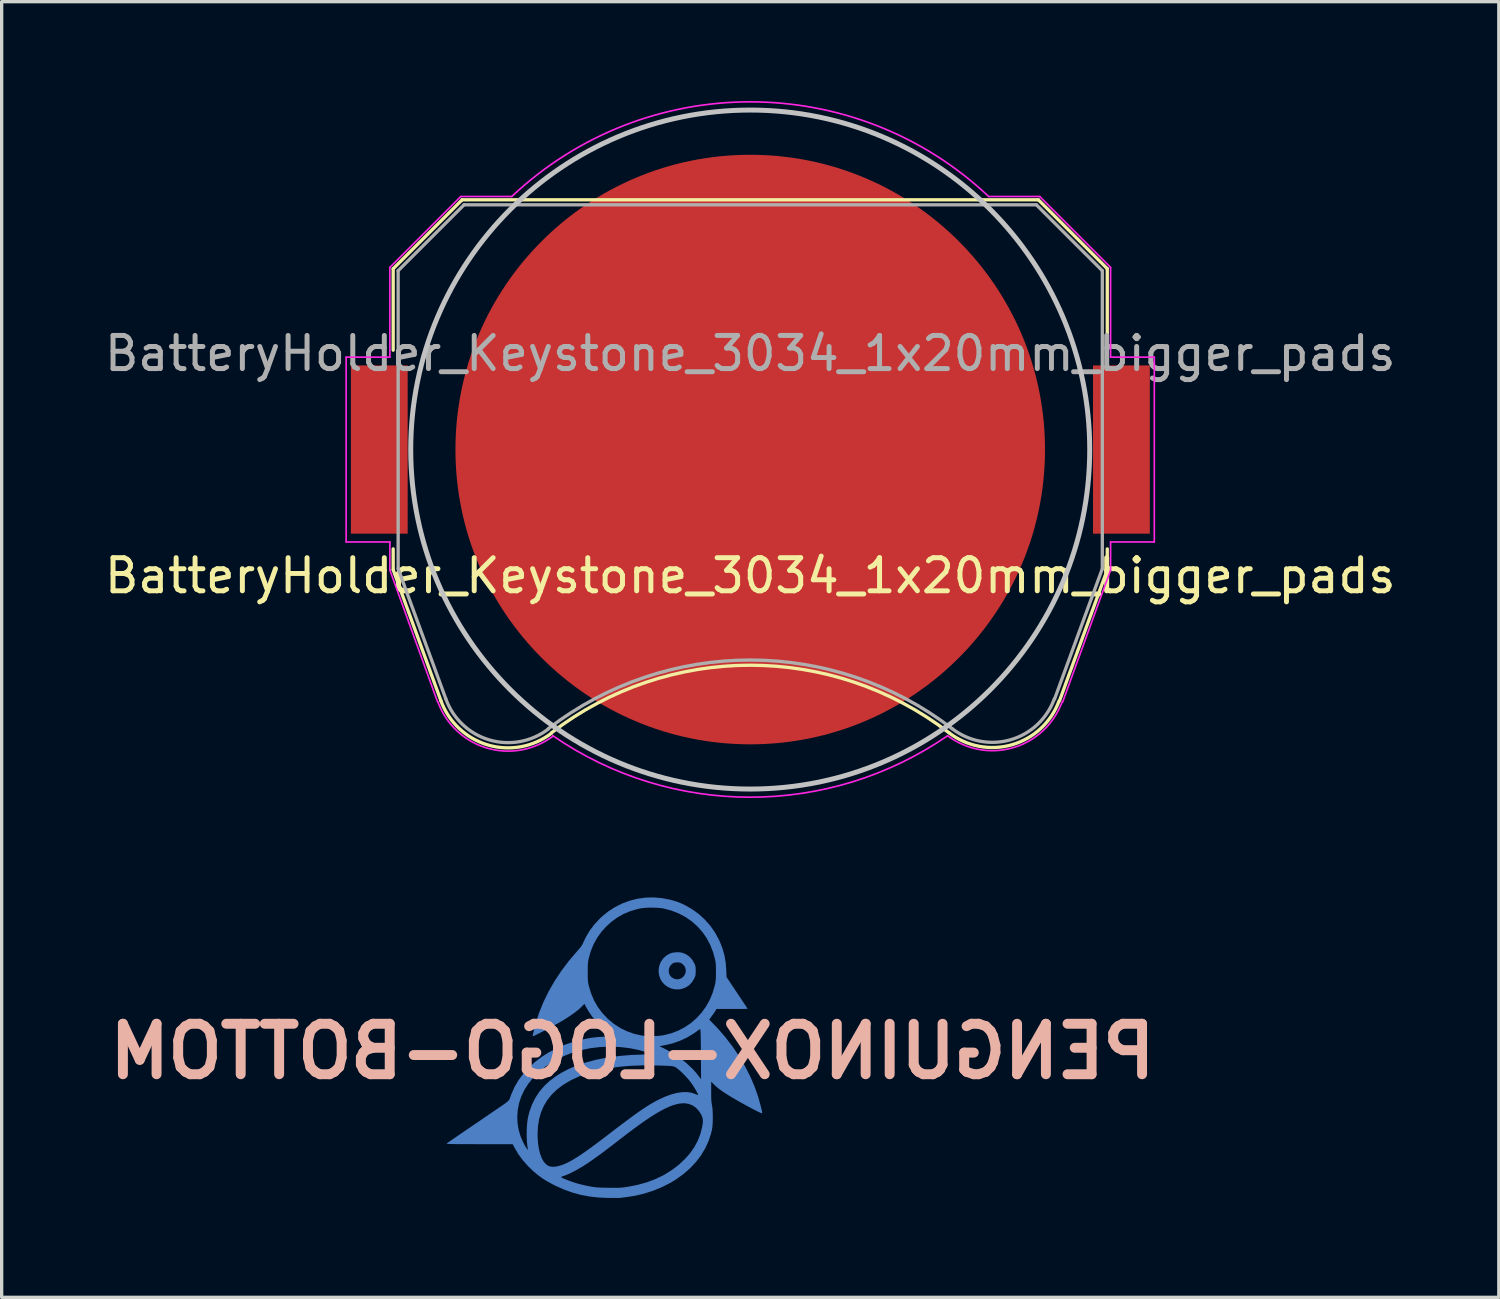
<source format=kicad_pcb>
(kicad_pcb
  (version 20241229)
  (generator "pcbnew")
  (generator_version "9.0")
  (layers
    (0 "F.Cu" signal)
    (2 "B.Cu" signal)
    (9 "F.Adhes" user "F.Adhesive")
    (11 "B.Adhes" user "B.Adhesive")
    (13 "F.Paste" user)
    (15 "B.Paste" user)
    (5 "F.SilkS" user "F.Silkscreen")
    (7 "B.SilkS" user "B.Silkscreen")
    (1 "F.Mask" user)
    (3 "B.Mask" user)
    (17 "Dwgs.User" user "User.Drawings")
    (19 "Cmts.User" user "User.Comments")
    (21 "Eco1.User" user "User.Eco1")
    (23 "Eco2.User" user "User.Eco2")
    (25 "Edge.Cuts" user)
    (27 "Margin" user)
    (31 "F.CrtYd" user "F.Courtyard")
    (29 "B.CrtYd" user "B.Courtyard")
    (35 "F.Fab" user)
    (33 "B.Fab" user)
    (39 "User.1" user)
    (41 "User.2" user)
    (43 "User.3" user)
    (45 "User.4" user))
  (footprint "BatteryHolder_Keystone_3034_1x20mm_bigger_pads"
    (layer "F.Cu")
    (at 19.601 10.523)
    (property "Reference" "BatteryHolder_Keystone_3034_1x20mm_bigger_pads" (at 0 3.81 0) (layer "F.SilkS") (effects (font (size 1 1) (thickness 0.15))))
    (attr smd)
    (fp_line (start -10.78 -5.46) (end -10.78 -3) (stroke (width 0.1) (type solid)) (layer "F.SilkS"))
    (fp_line (start -10.78 3) (end -10.78 3.63) (stroke (width 0.1) (type solid)) (layer "F.SilkS"))
    (fp_line (start -10.78 3.63) (end -9.34 7.58) (stroke (width 0.1) (type solid)) (layer "F.SilkS"))
    (fp_line (start -8.7 -7.54) (end -10.78 -5.46) (stroke (width 0.1) (type solid)) (layer "F.SilkS"))
    (fp_line (start 8.7 -7.54) (end -8.7 -7.54) (stroke (width 0.1) (type solid)) (layer "F.SilkS"))
    (fp_line (start 8.7 -7.54) (end 10.78 -5.46) (stroke (width 0.1) (type solid)) (layer "F.SilkS"))
    (fp_line (start 10.78 -5.46) (end 10.78 -3) (stroke (width 0.1) (type solid)) (layer "F.SilkS"))
    (fp_line (start 10.78 3) (end 10.78 3.63) (stroke (width 0.1) (type solid)) (layer "F.SilkS"))
    (fp_line (start 10.78 3.63) (end 9.34 7.58) (stroke (width 0.1) (type solid)) (layer "F.SilkS"))
    (fp_arc (start -6.0046 8.553536) (mid -0.002901 6.511341) (end 6 8.55) (stroke (width 0.1) (type solid)) (layer "F.SilkS"))
    (fp_arc (start -6.003354 8.56653) (mid -7.921654 8.918738) (end -9.34 7.58) (stroke (width 0.1) (type solid)) (layer "F.SilkS"))
    (fp_arc (start 9.325243 7.588169) (mid 7.90634 8.911668) (end 6 8.55) (stroke (width 0.1) (type solid)) (layer "F.SilkS"))
    (fp_circle (center 0 0) (end 0 10.25) (stroke (width 0.15) (type solid)) (fill no) (layer "Dwgs.User"))
    (fp_line (start -12.2 -2.79) (end -12.2 2.79) (stroke (width 0.05) (type solid)) (layer "F.CrtYd"))
    (fp_line (start -12.2 2.79) (end -10.88 2.79) (stroke (width 0.05) (type solid)) (layer "F.CrtYd"))
    (fp_line (start -10.88 -5.5) (end -10.88 -2.79) (stroke (width 0.05) (type solid)) (layer "F.CrtYd"))
    (fp_line (start -10.88 -2.79) (end -12.2 -2.79) (stroke (width 0.05) (type solid)) (layer "F.CrtYd"))
    (fp_line (start -10.88 2.79) (end -10.88 3.64) (stroke (width 0.05) (type solid)) (layer "F.CrtYd"))
    (fp_line (start -10.88 3.64) (end -9.44 7.62) (stroke (width 0.05) (type solid)) (layer "F.CrtYd"))
    (fp_line (start -8.74 -7.64) (end -10.88 -5.5) (stroke (width 0.05) (type solid)) (layer "F.CrtYd"))
    (fp_line (start -7.2 -7.64) (end -8.74 -7.64) (stroke (width 0.05) (type solid)) (layer "F.CrtYd"))
    (fp_line (start 8.74 -7.64) (end 7.2 -7.64) (stroke (width 0.05) (type solid)) (layer "F.CrtYd"))
    (fp_line (start 9.43 7.63) (end 10.88 3.64) (stroke (width 0.05) (type solid)) (layer "F.CrtYd"))
    (fp_line (start 10.88 -5.5) (end 8.74 -7.64) (stroke (width 0.05) (type solid)) (layer "F.CrtYd"))
    (fp_line (start 10.88 -2.79) (end 10.88 -5.5) (stroke (width 0.05) (type solid)) (layer "F.CrtYd"))
    (fp_line (start 10.88 2.79) (end 12.2 2.79) (stroke (width 0.05) (type solid)) (layer "F.CrtYd"))
    (fp_line (start 10.88 3.64) (end 10.88 2.79) (stroke (width 0.05) (type solid)) (layer "F.CrtYd"))
    (fp_line (start 12.2 -2.79) (end 10.88 -2.79) (stroke (width 0.05) (type solid)) (layer "F.CrtYd"))
    (fp_line (start 12.2 2.79) (end 12.2 -2.79) (stroke (width 0.05) (type solid)) (layer "F.CrtYd"))
    (fp_arc (start -7.199546 -7.640427) (mid 0.000312 -10.498075) (end 7.2 -7.64) (stroke (width 0.05) (type solid)) (layer "F.CrtYd"))
    (fp_arc (start -5.956965 8.654604) (mid -7.953941 9.011629) (end -9.43 7.62) (stroke (width 0.05) (type solid)) (layer "F.CrtYd"))
    (fp_arc (start 5.945368 8.650075) (mid -0.008883 10.496243) (end -5.96 8.64) (stroke (width 0.05) (type solid)) (layer "F.CrtYd"))
    (fp_arc (start 9.415144 7.621341) (mid 7.944017 9.000493) (end 5.96 8.64) (stroke (width 0.05) (type solid)) (layer "F.CrtYd"))
    (fp_line (start -10.63 -5.4) (end -8.64 -7.39) (stroke (width 0.1) (type solid)) (layer "F.Fab"))
    (fp_line (start -10.63 3.6) (end -10.63 -5.4) (stroke (width 0.1) (type solid)) (layer "F.Fab"))
    (fp_line (start -9.19 7.53) (end -10.63 3.6) (stroke (width 0.1) (type solid)) (layer "F.Fab"))
    (fp_line (start -8.64 -7.39) (end 8.64 -7.39) (stroke (width 0.1) (type solid)) (layer "F.Fab"))
    (fp_line (start 8.64 -7.39) (end 10.63 -5.4) (stroke (width 0.1) (type solid)) (layer "F.Fab"))
    (fp_line (start 10.63 -5.4) (end 10.63 3.6) (stroke (width 0.1) (type solid)) (layer "F.Fab"))
    (fp_line (start 10.63 3.6) (end 9.19 7.53) (stroke (width 0.1) (type solid)) (layer "F.Fab"))
    (fp_arc (start -6.096146 8.438508) (mid -7.87328 8.768206) (end -9.19 7.53) (stroke (width 0.1) (type solid)) (layer "F.Fab"))
    (fp_arc (start -6.094852 8.426043) (mid 0.003247 6.355257) (end 6.1 8.43) (stroke (width 0.1) (type solid)) (layer "F.Fab"))
    (fp_arc (start 9.180727 7.528882) (mid 7.868698 8.760067) (end 6.1 8.43) (stroke (width 0.1) (type solid)) (layer "F.Fab"))
    (fp_text user "${REFERENCE}" (at 0 -2.9 0) (layer "F.Fab") (effects (font (size 1 1) (thickness 0.15))))
    (pad "1" smd rect (at -11.2 0) (size 1.715 5.08) (layers "F.Cu" "F.Mask" "F.Paste"))
    (pad "1" smd rect (at 11.207 0) (size 1.715 5.08) (layers "F.Cu" "F.Mask" "F.Paste"))
    (pad "2" smd circle (at 0 0) (size 17.8 17.8) (layers "F.Cu" "F.Mask" "F.Paste")))
  (footprint "PENGUINOX-LOGO-BOTTOM"
    (layer "F.Cu")
    (at 15.203 28.694)
    (property "Reference" "PENGUINOX-LOGO-BOTTOM" (at 0.843 0 0) (layer "B.SilkS") (effects (font (size 1.524 1.524) (thickness 0.3)) (justify mirror)))
    (attr board_only exclude_from_pos_files exclude_from_bom)
    (fp_poly (pts (xy 2.077 -2.984) (xy 1.989 -2.961) (xy 1.965 -2.951) (xy 1.86 -2.889) (xy 1.775 -2.811) (xy 1.709 -2.72) (xy 1.664 -2.62) (xy 1.638 -2.514) (xy 1.632 -2.405) (xy 1.648 -2.297) (xy 1.683 -2.193) (xy 1.74 -2.097) (xy 1.818 -2.012) (xy 1.901 -1.952) (xy 2.015 -1.899) (xy 2.135 -1.873) (xy 2.258 -1.874) (xy 2.341 -1.889) (xy 2.456 -1.934) (xy 2.556 -2) (xy 2.639 -2.09) (xy 2.707 -2.201) (xy 2.728 -2.246) (xy 2.741 -2.283) (xy 2.748 -2.322) (xy 2.751 -2.372) (xy 2.752 -2.431) (xy 2.751 -2.459) (xy 2.452 -2.459) (xy 2.448 -2.384) (xy 2.423 -2.315) (xy 2.38 -2.256) (xy 2.323 -2.211) (xy 2.256 -2.183) (xy 2.182 -2.175) (xy 2.104 -2.191) (xy 2.094 -2.195) (xy 2.022 -2.239) (xy 1.97 -2.3) (xy 1.942 -2.376) (xy 1.937 -2.43) (xy 1.949 -2.516) (xy 1.986 -2.59) (xy 2.045 -2.649) (xy 2.079 -2.669) (xy 2.123 -2.683) (xy 2.183 -2.688) (xy 2.244 -2.686) (xy 2.295 -2.674) (xy 2.35 -2.642) (xy 2.4 -2.591) (xy 2.432 -2.538) (xy 2.452 -2.459) (xy 2.751 -2.459) (xy 2.751 -2.498) (xy 2.747 -2.547) (xy 2.739 -2.586) (xy 2.725 -2.625) (xy 2.708 -2.663) (xy 2.641 -2.775) (xy 2.557 -2.865) (xy 2.455 -2.934) (xy 2.357 -2.975) (xy 2.272 -2.992) (xy 2.176 -2.994)) (stroke (width 0) (type solid)) (fill yes) (layer "B.Cu"))
    (fp_poly (pts (xy 1.228 -4.642) (xy 0.989 -4.608) (xy 0.755 -4.549) (xy 0.529 -4.464) (xy 0.312 -4.355) (xy 0.108 -4.223) (xy -0.084 -4.066) (xy -0.167 -3.986) (xy -0.32 -3.818) (xy -0.449 -3.646) (xy -0.559 -3.461) (xy -0.633 -3.307) (xy -0.659 -3.251) (xy -0.685 -3.203) (xy -0.716 -3.157) (xy -0.757 -3.106) (xy -0.81 -3.045) (xy -0.834 -3.018) (xy -1.084 -2.724) (xy -1.312 -2.42) (xy -1.517 -2.11) (xy -1.698 -1.793) (xy -1.853 -1.472) (xy -1.983 -1.149) (xy -2.086 -0.825) (xy -2.117 -0.702) (xy -2.138 -0.616) (xy -2.153 -0.553) (xy -2.163 -0.51) (xy -2.168 -0.482) (xy -2.169 -0.468) (xy -2.167 -0.461) (xy -2.162 -0.46) (xy -2.16 -0.46) (xy -2.14 -0.466) (xy -2.098 -0.485) (xy -2.04 -0.513) (xy -1.967 -0.55) (xy -1.882 -0.593) (xy -1.79 -0.641) (xy -1.694 -0.692) (xy -1.597 -0.745) (xy -1.502 -0.796) (xy -1.412 -0.846) (xy -1.332 -0.892) (xy -1.263 -0.931) (xy -1.221 -0.957) (xy -1.052 -1.066) (xy -0.909 -1.166) (xy -0.793 -1.257) (xy -0.702 -1.339) (xy -0.685 -1.357) (xy -0.649 -1.394) (xy -0.622 -1.421) (xy -0.607 -1.432) (xy -0.606 -1.432) (xy -0.599 -1.419) (xy -0.582 -1.387) (xy -0.564 -1.352) (xy -0.476 -1.197) (xy -0.365 -1.041) (xy -0.236 -0.889) (xy -0.095 -0.746) (xy 0.054 -0.619) (xy 0.206 -0.511) (xy 0.223 -0.5) (xy 0.3 -0.453) (xy 0.035 -0.444) (xy -0.099 -0.439) (xy -0.214 -0.431) (xy -0.317 -0.421) (xy -0.417 -0.408) (xy -0.523 -0.389) (xy -0.633 -0.367) (xy -0.915 -0.297) (xy -1.184 -0.207) (xy -1.439 -0.099) (xy -1.679 0.027) (xy -1.902 0.168) (xy -2.107 0.325) (xy -2.293 0.496) (xy -2.459 0.68) (xy -2.602 0.875) (xy -2.722 1.082) (xy -2.817 1.298) (xy -2.836 1.352) (xy -2.847 1.384) (xy -2.856 1.411) (xy -2.865 1.435) (xy -2.876 1.456) (xy -2.892 1.478) (xy -2.915 1.501) (xy -2.946 1.528) (xy -2.987 1.56) (xy -3.042 1.599) (xy -3.111 1.647) (xy -3.198 1.706) (xy -3.303 1.778) (xy -3.407 1.849) (xy -3.613 1.99) (xy -3.798 2.116) (xy -3.963 2.228) (xy -4.108 2.327) (xy -4.234 2.413) (xy -4.344 2.488) (xy -4.437 2.552) (xy -4.516 2.606) (xy -4.582 2.651) (xy -4.635 2.688) (xy -4.678 2.718) (xy -4.71 2.74) (xy -4.734 2.757) (xy -4.75 2.769) (xy -4.76 2.777) (xy -4.765 2.781) (xy -4.766 2.784) (xy -4.759 2.788) (xy -4.744 2.791) (xy -4.718 2.793) (xy -4.679 2.795) (xy -4.626 2.797) (xy -4.556 2.798) (xy -4.469 2.799) (xy -4.362 2.8) (xy -4.233 2.8) (xy -4.081 2.8) (xy -3.904 2.801) (xy -3.78 2.801) (xy -2.775 2.801) (xy -2.71 2.922) (xy -2.603 3.102) (xy -2.472 3.28) (xy -2.321 3.452) (xy -2.315 3.458) (xy -2.175 3.596) (xy -2.035 3.716) (xy -1.889 3.824) (xy -1.73 3.925) (xy -1.552 4.021) (xy -1.484 4.055) (xy -1.232 4.168) (xy -0.981 4.259) (xy -0.728 4.329) (xy -0.467 4.379) (xy -0.194 4.41) (xy 0.097 4.424) (xy 0.104 4.424) (xy 0.199 4.425) (xy 0.286 4.425) (xy 0.361 4.425) (xy 0.42 4.425) (xy 0.457 4.423) (xy 0.467 4.423) (xy 0.499 4.418) (xy 0.55 4.412) (xy 0.612 4.405) (xy 0.641 4.402) (xy 0.923 4.358) (xy 1.205 4.291) (xy 1.481 4.201) (xy 1.746 4.091) (xy 1.997 3.963) (xy 2.16 3.863) (xy 2.383 3.702) (xy 2.582 3.528) (xy 2.758 3.341) (xy 2.91 3.141) (xy 3.038 2.929) (xy 3.14 2.706) (xy 3.217 2.473) (xy 3.242 2.367) (xy 3.254 2.293) (xy 3.262 2.2) (xy 3.267 2.096) (xy 2.968 2.096) (xy 2.964 2.173) (xy 2.949 2.269) (xy 2.946 2.285) (xy 2.892 2.498) (xy 2.812 2.701) (xy 2.707 2.895) (xy 2.575 3.082) (xy 2.432 3.244) (xy 2.237 3.427) (xy 2.023 3.589) (xy 1.791 3.732) (xy 1.541 3.853) (xy 1.275 3.953) (xy 0.993 4.031) (xy 0.737 4.082) (xy 0.662 4.093) (xy 0.6 4.103) (xy 0.546 4.11) (xy 0.495 4.114) (xy 0.442 4.117) (xy 0.382 4.119) (xy 0.309 4.119) (xy 0.218 4.119) (xy 0.111 4.117) (xy -0.004 4.116) (xy -0.098 4.113) (xy -0.176 4.11) (xy -0.243 4.105) (xy -0.307 4.098) (xy -0.372 4.088) (xy -0.432 4.078) (xy -0.524 4.06) (xy -0.626 4.038) (xy -0.725 4.014) (xy -0.808 3.992) (xy -0.808 3.992) (xy -0.885 3.969) (xy -0.967 3.942) (xy -1.048 3.913) (xy -1.126 3.884) (xy -1.195 3.856) (xy -1.252 3.832) (xy -1.291 3.812) (xy -1.31 3.799) (xy -1.311 3.797) (xy -1.299 3.786) (xy -1.267 3.771) (xy -1.23 3.759) (xy -1.161 3.734) (xy -1.073 3.696) (xy -0.973 3.646) (xy -0.863 3.589) (xy -0.75 3.525) (xy -0.639 3.459) (xy -0.533 3.391) (xy -0.526 3.387) (xy -0.408 3.306) (xy -0.271 3.209) (xy -0.119 3.099) (xy 0.043 2.978) (xy 0.214 2.848) (xy 0.39 2.712) (xy 0.411 2.696) (xy 0.646 2.514) (xy 0.863 2.351) (xy 1.062 2.205) (xy 1.245 2.077) (xy 1.413 1.965) (xy 1.568 1.868) (xy 1.711 1.786) (xy 1.843 1.719) (xy 1.965 1.664) (xy 2.078 1.622) (xy 2.185 1.592) (xy 2.286 1.572) (xy 2.289 1.572) (xy 2.421 1.565) (xy 2.544 1.585) (xy 2.657 1.63) (xy 2.758 1.7) (xy 2.845 1.794) (xy 2.916 1.905) (xy 2.945 1.968) (xy 2.962 2.03) (xy 2.968 2.096) (xy 3.267 2.096) (xy 3.267 2.093) (xy 3.268 1.981) (xy 3.266 1.869) (xy 3.261 1.766) (xy 3.253 1.677) (xy 3.242 1.616) (xy 3.234 1.571) (xy 3.227 1.518) (xy 3.223 1.455) (xy 3.22 1.376) (xy 3.219 1.317) (xy 2.825 1.317) (xy 2.81 1.316) (xy 2.78 1.304) (xy 2.762 1.296) (xy 2.637 1.251) (xy 2.498 1.229) (xy 2.346 1.23) (xy 2.181 1.255) (xy 2.004 1.302) (xy 1.816 1.371) (xy 1.619 1.463) (xy 1.484 1.536) (xy 1.403 1.583) (xy 1.32 1.633) (xy 1.232 1.689) (xy 1.139 1.751) (xy 1.037 1.821) (xy 0.926 1.9) (xy 0.803 1.989) (xy 0.666 2.091) (xy 0.514 2.205) (xy 0.344 2.333) (xy 0.156 2.478) (xy 0.098 2.523) (xy -0.099 2.673) (xy -0.276 2.806) (xy -0.435 2.923) (xy -0.578 3.025) (xy -0.707 3.114) (xy -0.824 3.191) (xy -0.93 3.256) (xy -1.027 3.312) (xy -1.117 3.358) (xy -1.202 3.397) (xy -1.283 3.429) (xy -1.317 3.44) (xy -1.427 3.47) (xy -1.529 3.484) (xy -1.619 3.48) (xy -1.692 3.459) (xy -1.698 3.457) (xy -1.773 3.403) (xy -1.84 3.324) (xy -1.897 3.222) (xy -1.944 3.098) (xy -1.981 2.954) (xy -2.006 2.792) (xy -2.02 2.612) (xy -2.023 2.494) (xy -2.011 2.26) (xy -1.976 2.041) (xy -1.917 1.836) (xy -1.834 1.644) (xy -1.727 1.467) (xy -1.596 1.303) (xy -1.44 1.153) (xy -1.26 1.016) (xy -1.055 0.892) (xy -0.993 0.859) (xy -0.746 0.747) (xy -0.481 0.652) (xy -0.196 0.573) (xy 0.108 0.511) (xy 0.434 0.465) (xy 0.78 0.436) (xy 1.149 0.422) (xy 1.498 0.424) (xy 1.642 0.427) (xy 1.762 0.43) (xy 1.859 0.434) (xy 1.937 0.437) (xy 1.999 0.442) (xy 2.048 0.448) (xy 2.086 0.456) (xy 2.116 0.466) (xy 2.142 0.478) (xy 2.166 0.494) (xy 2.191 0.512) (xy 2.196 0.516) (xy 2.275 0.582) (xy 2.364 0.665) (xy 2.453 0.757) (xy 2.537 0.85) (xy 2.607 0.938) (xy 2.643 0.988) (xy 2.681 1.047) (xy 2.72 1.109) (xy 2.756 1.171) (xy 2.788 1.228) (xy 2.811 1.274) (xy 2.824 1.306) (xy 2.825 1.317) (xy 3.219 1.317) (xy 3.219 1.276) (xy 3.219 1.213) (xy 3.219 0.914) (xy 3.306 1) (xy 3.356 1.048) (xy 3.403 1.09) (xy 3.455 1.131) (xy 3.514 1.175) (xy 3.587 1.225) (xy 3.679 1.285) (xy 3.682 1.287) (xy 3.751 1.331) (xy 3.834 1.381) (xy 3.927 1.436) (xy 4.027 1.494) (xy 4.132 1.553) (xy 4.237 1.611) (xy 4.341 1.668) (xy 4.439 1.72) (xy 4.53 1.767) (xy 4.608 1.807) (xy 4.673 1.838) (xy 4.72 1.859) (xy 4.746 1.867) (xy 4.748 1.867) (xy 4.76 1.856) (xy 4.758 1.836) (xy 4.752 1.808) (xy 4.742 1.762) (xy 4.729 1.705) (xy 4.724 1.686) (xy 4.641 1.379) (xy 4.532 1.069) (xy 4.434 0.84) (xy 2.914 0.84) (xy 2.83 0.73) (xy 2.781 0.668) (xy 2.722 0.599) (xy 2.664 0.535) (xy 2.645 0.515) (xy 2.449 0.333) (xy 2.232 0.166) (xy 2.096 0.08) (xy 1.416 0.08) (xy 1.408 0.084) (xy 1.377 0.087) (xy 1.325 0.09) (xy 1.258 0.093) (xy 1.186 0.094) (xy 0.802 0.108) (xy 0.438 0.139) (xy 0.093 0.185) (xy -0.232 0.247) (xy -0.535 0.325) (xy -0.817 0.418) (xy -1.077 0.527) (xy -1.314 0.652) (xy -1.456 0.741) (xy -1.651 0.886) (xy -1.822 1.045) (xy -1.968 1.216) (xy -2.09 1.402) (xy -2.19 1.603) (xy -2.268 1.82) (xy -2.313 1.999) (xy -2.332 2.123) (xy -2.345 2.266) (xy -2.351 2.42) (xy -2.351 2.579) (xy -2.343 2.735) (xy -2.328 2.879) (xy -2.318 2.946) (xy -2.314 2.969) (xy -2.318 2.974) (xy -2.33 2.959) (xy -2.354 2.926) (xy -2.382 2.882) (xy -2.416 2.825) (xy -2.448 2.765) (xy -2.451 2.759) (xy -2.537 2.563) (xy -2.595 2.364) (xy -2.628 2.158) (xy -2.636 1.985) (xy -2.622 1.771) (xy -2.581 1.561) (xy -2.514 1.359) (xy -2.421 1.163) (xy -2.301 0.975) (xy -2.157 0.796) (xy -1.987 0.626) (xy -1.793 0.465) (xy -1.653 0.366) (xy -1.519 0.285) (xy -1.366 0.205) (xy -1.199 0.129) (xy -1.025 0.06) (xy -0.853 0.001) (xy -0.728 -0.034) (xy -0.439 -0.095) (xy -0.14 -0.131) (xy 0.163 -0.144) (xy 0.466 -0.132) (xy 0.766 -0.096) (xy 1.003 -0.048) (xy 1.072 -0.031) (xy 1.147 -0.01) (xy 1.223 0.012) (xy 1.294 0.035) (xy 1.354 0.055) (xy 1.398 0.071) (xy 1.416 0.08) (xy 2.096 0.08) (xy 1.996 0.017) (xy 1.832 -0.071) (xy 1.656 -0.159) (xy 1.8 -0.183) (xy 2.04 -0.238) (xy 2.273 -0.318) (xy 2.495 -0.422) (xy 2.703 -0.549) (xy 2.786 -0.608) (xy 2.833 -0.643) (xy 2.863 -0.662) (xy 2.88 -0.668) (xy 2.89 -0.662) (xy 2.893 -0.658) (xy 2.895 -0.64) (xy 2.898 -0.596) (xy 2.9 -0.53) (xy 2.902 -0.445) (xy 2.904 -0.342) (xy 2.906 -0.225) (xy 2.907 -0.095) (xy 2.909 0.043) (xy 2.909 0.103) (xy 2.914 0.84) (xy 4.434 0.84) (xy 4.399 0.76) (xy 4.244 0.454) (xy 4.067 0.153) (xy 3.87 -0.139) (xy 3.655 -0.419) (xy 3.424 -0.686) (xy 3.335 -0.78) (xy 3.161 -0.96) (xy 3.254 -1.09) (xy 3.293 -1.144) (xy 3.327 -1.194) (xy 3.351 -1.232) (xy 3.362 -1.25) (xy 3.376 -1.282) (xy 3.848 -1.282) (xy 3.959 -1.282) (xy 4.061 -1.282) (xy 4.151 -1.283) (xy 4.224 -1.283) (xy 4.279 -1.284) (xy 4.311 -1.285) (xy 4.319 -1.286) (xy 4.312 -1.298) (xy 4.29 -1.331) (xy 4.257 -1.382) (xy 4.213 -1.449) (xy 4.159 -1.529) (xy 4.099 -1.62) (xy 4.032 -1.72) (xy 4.001 -1.767) (xy 3.683 -2.243) (xy 3.677 -2.396) (xy 3.363 -2.396) (xy 3.363 -2.299) (xy 3.361 -2.224) (xy 3.357 -2.162) (xy 3.351 -2.108) (xy 3.342 -2.056) (xy 3.33 -1.997) (xy 3.326 -1.982) (xy 3.26 -1.758) (xy 3.171 -1.547) (xy 3.06 -1.35) (xy 2.928 -1.168) (xy 2.778 -1.004) (xy 2.61 -0.858) (xy 2.427 -0.733) (xy 2.229 -0.629) (xy 2.019 -0.548) (xy 1.798 -0.491) (xy 1.735 -0.48) (xy 1.643 -0.47) (xy 1.534 -0.464) (xy 1.417 -0.462) (xy 1.301 -0.464) (xy 1.195 -0.471) (xy 1.121 -0.48) (xy 0.894 -0.531) (xy 0.676 -0.608) (xy 0.47 -0.709) (xy 0.277 -0.835) (xy 0.099 -0.984) (xy 0.088 -0.994) (xy -0.07 -1.161) (xy -0.203 -1.34) (xy -0.314 -1.532) (xy -0.403 -1.74) (xy -0.471 -1.964) (xy -0.484 -2.018) (xy -0.493 -2.065) (xy -0.5 -2.111) (xy -0.504 -2.163) (xy -0.507 -2.226) (xy -0.508 -2.306) (xy -0.508 -2.39) (xy -0.508 -2.499) (xy -0.506 -2.587) (xy -0.502 -2.657) (xy -0.496 -2.716) (xy -0.487 -2.769) (xy -0.483 -2.787) (xy -0.421 -3.014) (xy -0.334 -3.229) (xy -0.223 -3.431) (xy -0.089 -3.617) (xy 0.048 -3.769) (xy 0.216 -3.92) (xy 0.391 -4.047) (xy 0.577 -4.151) (xy 0.776 -4.234) (xy 0.994 -4.298) (xy 1.073 -4.315) (xy 1.158 -4.328) (xy 1.262 -4.337) (xy 1.378 -4.341) (xy 1.497 -4.34) (xy 1.611 -4.335) (xy 1.713 -4.326) (xy 1.783 -4.314) (xy 2.019 -4.251) (xy 2.24 -4.165) (xy 2.444 -4.057) (xy 2.631 -3.927) (xy 2.8 -3.778) (xy 2.95 -3.61) (xy 3.08 -3.424) (xy 3.188 -3.221) (xy 3.275 -3.001) (xy 3.334 -2.787) (xy 3.345 -2.731) (xy 3.354 -2.677) (xy 3.359 -2.618) (xy 3.362 -2.548) (xy 3.363 -2.461) (xy 3.363 -2.396) (xy 3.677 -2.396) (xy 3.674 -2.456) (xy 3.657 -2.679) (xy 3.622 -2.887) (xy 3.568 -3.086) (xy 3.493 -3.283) (xy 3.449 -3.38) (xy 3.331 -3.596) (xy 3.19 -3.797) (xy 3.027 -3.98) (xy 2.846 -4.146) (xy 2.646 -4.291) (xy 2.429 -4.415) (xy 2.428 -4.415) (xy 2.312 -4.47) (xy 2.202 -4.514) (xy 2.085 -4.551) (xy 1.963 -4.584) (xy 1.717 -4.63) (xy 1.471 -4.649)) (stroke (width 0) (type solid)) (fill yes) (layer "B.Cu")))
  (gr_rect
    (start -3 -3)
    (end 42.202 36.119)
    (stroke (width 0.1) (type default))
    (fill no)
    (layer "Edge.Cuts")))
</source>
